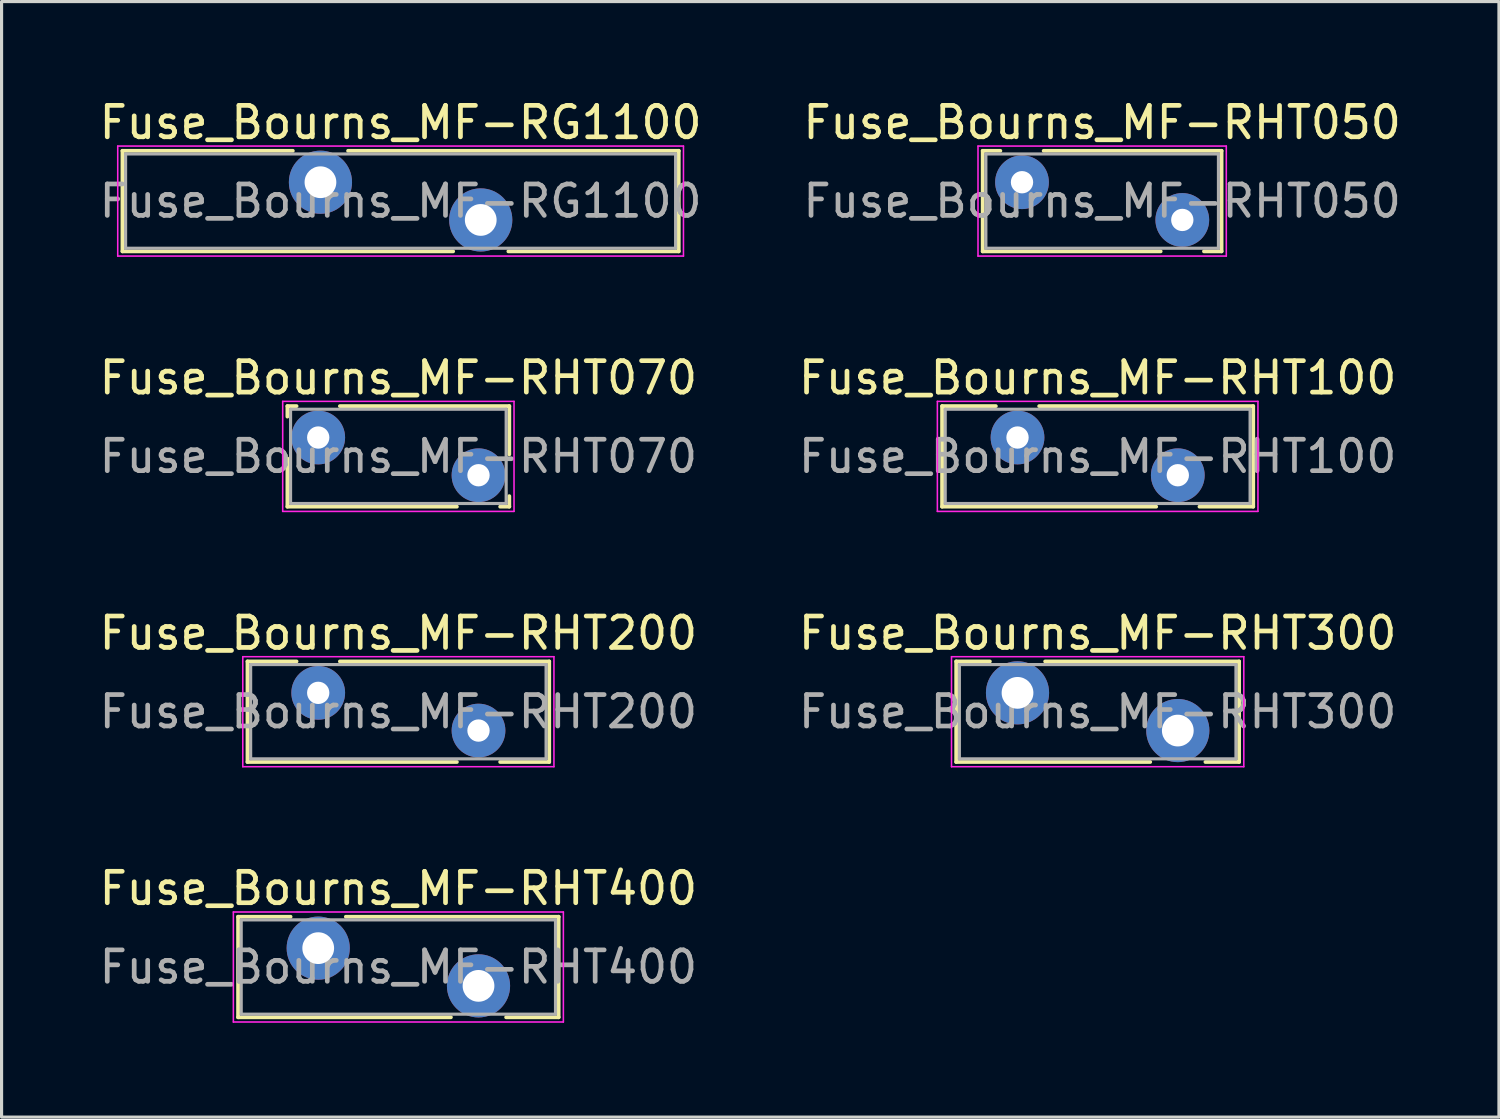
<source format=kicad_pcb>
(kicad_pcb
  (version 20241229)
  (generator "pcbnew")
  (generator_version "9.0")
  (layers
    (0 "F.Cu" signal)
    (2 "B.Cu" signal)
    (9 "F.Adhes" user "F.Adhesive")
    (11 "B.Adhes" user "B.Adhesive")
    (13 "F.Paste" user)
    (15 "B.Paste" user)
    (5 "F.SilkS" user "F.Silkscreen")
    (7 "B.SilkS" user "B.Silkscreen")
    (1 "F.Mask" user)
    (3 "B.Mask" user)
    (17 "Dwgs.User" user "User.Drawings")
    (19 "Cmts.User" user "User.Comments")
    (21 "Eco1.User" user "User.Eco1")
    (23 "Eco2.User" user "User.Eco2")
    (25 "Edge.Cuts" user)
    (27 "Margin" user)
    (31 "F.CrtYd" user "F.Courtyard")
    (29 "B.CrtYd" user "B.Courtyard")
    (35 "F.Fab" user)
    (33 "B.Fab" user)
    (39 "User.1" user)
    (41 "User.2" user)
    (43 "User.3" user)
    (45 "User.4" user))
  (footprint "Fuse_Bourns_MF-RHT400"
    (layer "F.Cu")
    (at 7.075 27.118)
    (property "Reference" "Fuse_Bourns_MF-RHT400" (at 2.55 -1.9 0) (layer "F.SilkS") (effects (font (size 1 1) (thickness 0.15))))
    (attr through_hole)
    (fp_line (start -2.55 -1) (end -2.55 2.2) (stroke (width 0.12) (type solid)) (layer "F.SilkS"))
    (fp_line (start -2.55 -1) (end -0.879 -1) (stroke (width 0.12) (type solid)) (layer "F.SilkS"))
    (fp_line (start -2.55 2.2) (end 4.222 2.2) (stroke (width 0.12) (type solid)) (layer "F.SilkS"))
    (fp_line (start 0.879 -1) (end 7.65 -1) (stroke (width 0.12) (type solid)) (layer "F.SilkS"))
    (fp_line (start 5.979 2.2) (end 7.65 2.2) (stroke (width 0.12) (type solid)) (layer "F.SilkS"))
    (fp_line (start 7.65 -1) (end 7.65 2.2) (stroke (width 0.12) (type solid)) (layer "F.SilkS"))
    (fp_line (start -2.7 -1.15) (end -2.7 2.35) (stroke (width 0.05) (type solid)) (layer "F.CrtYd"))
    (fp_line (start -2.7 2.35) (end 7.8 2.35) (stroke (width 0.05) (type solid)) (layer "F.CrtYd"))
    (fp_line (start 7.8 -1.15) (end -2.7 -1.15) (stroke (width 0.05) (type solid)) (layer "F.CrtYd"))
    (fp_line (start 7.8 2.35) (end 7.8 -1.15) (stroke (width 0.05) (type solid)) (layer "F.CrtYd"))
    (fp_line (start -2.45 -0.9) (end -2.45 2.1) (stroke (width 0.1) (type solid)) (layer "F.Fab"))
    (fp_line (start -2.45 2.1) (end 7.55 2.1) (stroke (width 0.1) (type solid)) (layer "F.Fab"))
    (fp_line (start 7.55 -0.9) (end -2.45 -0.9) (stroke (width 0.1) (type solid)) (layer "F.Fab"))
    (fp_line (start 7.55 2.1) (end 7.55 -0.9) (stroke (width 0.1) (type solid)) (layer "F.Fab"))
    (fp_text user "${REFERENCE}" (at 2.55 0.6 0) (layer "F.Fab") (effects (font (size 1 1) (thickness 0.15))))
    (pad "1" thru_hole circle (at 0 0) (size 2.01 2.01) (drill 1.01) (layers "*.Cu" "*.Mask"))
    (pad "2" thru_hole circle (at 5.1 1.2) (size 2.01 2.01) (drill 1.01) (layers "*.Cu" "*.Mask")))
  (footprint "Fuse_Bourns_MF-RHT200"
    (layer "F.Cu")
    (at 7.075 18.995)
    (property "Reference" "Fuse_Bourns_MF-RHT200" (at 2.55 -1.9 0) (layer "F.SilkS") (effects (font (size 1 1) (thickness 0.15))))
    (attr through_hole)
    (fp_line (start -2.251 -1) (end -2.251 2.2) (stroke (width 0.12) (type solid)) (layer "F.SilkS"))
    (fp_line (start -2.251 -1) (end -0.689 -1) (stroke (width 0.12) (type solid)) (layer "F.SilkS"))
    (fp_line (start -2.251 2.2) (end 4.412 2.2) (stroke (width 0.12) (type solid)) (layer "F.SilkS"))
    (fp_line (start 0.689 -1) (end 7.35 -1) (stroke (width 0.12) (type solid)) (layer "F.SilkS"))
    (fp_line (start 5.789 2.2) (end 7.35 2.2) (stroke (width 0.12) (type solid)) (layer "F.SilkS"))
    (fp_line (start 7.35 -1) (end 7.35 2.2) (stroke (width 0.12) (type solid)) (layer "F.SilkS"))
    (fp_line (start -2.4 -1.15) (end -2.4 2.35) (stroke (width 0.05) (type solid)) (layer "F.CrtYd"))
    (fp_line (start -2.4 2.35) (end 7.5 2.35) (stroke (width 0.05) (type solid)) (layer "F.CrtYd"))
    (fp_line (start 7.5 -1.15) (end -2.4 -1.15) (stroke (width 0.05) (type solid)) (layer "F.CrtYd"))
    (fp_line (start 7.5 2.35) (end 7.5 -1.15) (stroke (width 0.05) (type solid)) (layer "F.CrtYd"))
    (fp_line (start -2.15 -0.9) (end -2.15 2.1) (stroke (width 0.1) (type solid)) (layer "F.Fab"))
    (fp_line (start -2.15 2.1) (end 7.25 2.1) (stroke (width 0.1) (type solid)) (layer "F.Fab"))
    (fp_line (start 7.25 -0.9) (end -2.15 -0.9) (stroke (width 0.1) (type solid)) (layer "F.Fab"))
    (fp_line (start 7.25 2.1) (end 7.25 -0.9) (stroke (width 0.1) (type solid)) (layer "F.Fab"))
    (fp_text user "${REFERENCE}" (at 2.55 0.6 0) (layer "F.Fab") (effects (font (size 1 1) (thickness 0.15))))
    (pad "1" thru_hole circle (at 0 0) (size 1.71 1.71) (drill 0.71) (layers "*.Cu" "*.Mask"))
    (pad "2" thru_hole circle (at 5.1 1.2) (size 1.71 1.71) (drill 0.71) (layers "*.Cu" "*.Mask")))
  (footprint "Fuse_Bourns_MF-RHT070"
    (layer "F.Cu")
    (at 7.075 10.871)
    (property "Reference" "Fuse_Bourns_MF-RHT070" (at 2.55 -1.9 0) (layer "F.SilkS") (effects (font (size 1 1) (thickness 0.15))))
    (attr through_hole)
    (fp_line (start -0.981 -1) (end -0.981 -0.665) (stroke (width 0.12) (type solid)) (layer "F.SilkS"))
    (fp_line (start -0.981 -1) (end -0.689 -1) (stroke (width 0.12) (type solid)) (layer "F.SilkS"))
    (fp_line (start -0.981 0.665) (end -0.981 2.2) (stroke (width 0.12) (type solid)) (layer "F.SilkS"))
    (fp_line (start -0.981 2.2) (end 4.412 2.2) (stroke (width 0.12) (type solid)) (layer "F.SilkS"))
    (fp_line (start 0.689 -1) (end 6.08 -1) (stroke (width 0.12) (type solid)) (layer "F.SilkS"))
    (fp_line (start 5.789 2.2) (end 6.08 2.2) (stroke (width 0.12) (type solid)) (layer "F.SilkS"))
    (fp_line (start 6.08 -1) (end 6.08 0.536) (stroke (width 0.12) (type solid)) (layer "F.SilkS"))
    (fp_line (start 6.08 1.865) (end 6.08 2.2) (stroke (width 0.12) (type solid)) (layer "F.SilkS"))
    (fp_line (start -1.13 -1.15) (end -1.13 2.35) (stroke (width 0.05) (type solid)) (layer "F.CrtYd"))
    (fp_line (start -1.13 2.35) (end 6.23 2.35) (stroke (width 0.05) (type solid)) (layer "F.CrtYd"))
    (fp_line (start 6.23 -1.15) (end -1.13 -1.15) (stroke (width 0.05) (type solid)) (layer "F.CrtYd"))
    (fp_line (start 6.23 2.35) (end 6.23 -1.15) (stroke (width 0.05) (type solid)) (layer "F.CrtYd"))
    (fp_line (start -0.88 -0.9) (end -0.88 2.1) (stroke (width 0.1) (type solid)) (layer "F.Fab"))
    (fp_line (start -0.88 2.1) (end 5.98 2.1) (stroke (width 0.1) (type solid)) (layer "F.Fab"))
    (fp_line (start 5.98 -0.9) (end -0.88 -0.9) (stroke (width 0.1) (type solid)) (layer "F.Fab"))
    (fp_line (start 5.98 2.1) (end 5.98 -0.9) (stroke (width 0.1) (type solid)) (layer "F.Fab"))
    (fp_text user "${REFERENCE}" (at 2.55 0.6 0) (layer "F.Fab") (effects (font (size 1 1) (thickness 0.15))))
    (pad "1" thru_hole circle (at 0 0) (size 1.71 1.71) (drill 0.71) (layers "*.Cu" "*.Mask"))
    (pad "2" thru_hole circle (at 5.1 1.2) (size 1.71 1.71) (drill 0.71) (layers "*.Cu" "*.Mask")))
  (footprint "Fuse_Bourns_MF-RG1100"
    (layer "F.Cu")
    (at 7.146 2.748)
    (property "Reference" "Fuse_Bourns_MF-RG1100" (at 2.55 -1.9 0) (layer "F.SilkS") (effects (font (size 1 1) (thickness 0.15))))
    (attr through_hole)
    (fp_line (start -6.3 -1) (end -6.3 2.2) (stroke (width 0.12) (type solid)) (layer "F.SilkS"))
    (fp_line (start -6.3 -1) (end -0.879 -1) (stroke (width 0.12) (type solid)) (layer "F.SilkS"))
    (fp_line (start -6.3 2.2) (end 4.222 2.2) (stroke (width 0.12) (type solid)) (layer "F.SilkS"))
    (fp_line (start 0.879 -1) (end 11.4 -1) (stroke (width 0.12) (type solid)) (layer "F.SilkS"))
    (fp_line (start 5.979 2.2) (end 11.4 2.2) (stroke (width 0.12) (type solid)) (layer "F.SilkS"))
    (fp_line (start 11.4 -1) (end 11.4 2.2) (stroke (width 0.12) (type solid)) (layer "F.SilkS"))
    (fp_line (start -6.45 -1.15) (end -6.45 2.35) (stroke (width 0.05) (type solid)) (layer "F.CrtYd"))
    (fp_line (start -6.45 2.35) (end 11.55 2.35) (stroke (width 0.05) (type solid)) (layer "F.CrtYd"))
    (fp_line (start 11.55 -1.15) (end -6.45 -1.15) (stroke (width 0.05) (type solid)) (layer "F.CrtYd"))
    (fp_line (start 11.55 2.35) (end 11.55 -1.15) (stroke (width 0.05) (type solid)) (layer "F.CrtYd"))
    (fp_line (start -6.2 -0.9) (end -6.2 2.1) (stroke (width 0.1) (type solid)) (layer "F.Fab"))
    (fp_line (start -6.2 2.1) (end 11.3 2.1) (stroke (width 0.1) (type solid)) (layer "F.Fab"))
    (fp_line (start 11.3 -0.9) (end -6.2 -0.9) (stroke (width 0.1) (type solid)) (layer "F.Fab"))
    (fp_line (start 11.3 2.1) (end 11.3 -0.9) (stroke (width 0.1) (type solid)) (layer "F.Fab"))
    (fp_text user "${REFERENCE}" (at 2.55 0.6 0) (layer "F.Fab") (effects (font (size 1 1) (thickness 0.15))))
    (pad "1" thru_hole circle (at 0 0) (size 2.01 2.01) (drill 1.01) (layers "*.Cu" "*.Mask"))
    (pad "2" thru_hole circle (at 5.1 1.2) (size 2.01 2.01) (drill 1.01) (layers "*.Cu" "*.Mask")))
  (footprint "Fuse_Bourns_MF-RHT050"
    (layer "F.Cu")
    (at 29.468 2.748)
    (property "Reference" "Fuse_Bourns_MF-RHT050" (at 2.55 -1.9 0) (layer "F.SilkS") (effects (font (size 1 1) (thickness 0.15))))
    (attr through_hole)
    (fp_line (start -1.251 -1) (end -1.251 2.2) (stroke (width 0.12) (type solid)) (layer "F.SilkS"))
    (fp_line (start -1.251 -1) (end -0.689 -1) (stroke (width 0.12) (type solid)) (layer "F.SilkS"))
    (fp_line (start -1.251 2.2) (end 4.412 2.2) (stroke (width 0.12) (type solid)) (layer "F.SilkS"))
    (fp_line (start 0.689 -1) (end 6.35 -1) (stroke (width 0.12) (type solid)) (layer "F.SilkS"))
    (fp_line (start 5.789 2.2) (end 6.35 2.2) (stroke (width 0.12) (type solid)) (layer "F.SilkS"))
    (fp_line (start 6.35 -1) (end 6.35 2.2) (stroke (width 0.12) (type solid)) (layer "F.SilkS"))
    (fp_line (start -1.4 -1.15) (end -1.4 2.35) (stroke (width 0.05) (type solid)) (layer "F.CrtYd"))
    (fp_line (start -1.4 2.35) (end 6.5 2.35) (stroke (width 0.05) (type solid)) (layer "F.CrtYd"))
    (fp_line (start 6.5 -1.15) (end -1.4 -1.15) (stroke (width 0.05) (type solid)) (layer "F.CrtYd"))
    (fp_line (start 6.5 2.35) (end 6.5 -1.15) (stroke (width 0.05) (type solid)) (layer "F.CrtYd"))
    (fp_line (start -1.15 -0.9) (end -1.15 2.1) (stroke (width 0.1) (type solid)) (layer "F.Fab"))
    (fp_line (start -1.15 2.1) (end 6.25 2.1) (stroke (width 0.1) (type solid)) (layer "F.Fab"))
    (fp_line (start 6.25 -0.9) (end -1.15 -0.9) (stroke (width 0.1) (type solid)) (layer "F.Fab"))
    (fp_line (start 6.25 2.1) (end 6.25 -0.9) (stroke (width 0.1) (type solid)) (layer "F.Fab"))
    (fp_text user "${REFERENCE}" (at 2.55 0.6 0) (layer "F.Fab") (effects (font (size 1 1) (thickness 0.15))))
    (pad "1" thru_hole circle (at 0 0) (size 1.71 1.71) (drill 0.71) (layers "*.Cu" "*.Mask"))
    (pad "2" thru_hole circle (at 5.1 1.2) (size 1.71 1.71) (drill 0.71) (layers "*.Cu" "*.Mask")))
  (footprint "Fuse_Bourns_MF-RHT100"
    (layer "F.Cu")
    (at 29.325 10.871)
    (property "Reference" "Fuse_Bourns_MF-RHT100" (at 2.55 -1.9 0) (layer "F.SilkS") (effects (font (size 1 1) (thickness 0.15))))
    (attr through_hole)
    (fp_line (start -2.4 -1) (end -2.4 2.2) (stroke (width 0.12) (type solid)) (layer "F.SilkS"))
    (fp_line (start -2.4 -1) (end -0.689 -1) (stroke (width 0.12) (type solid)) (layer "F.SilkS"))
    (fp_line (start -2.4 2.2) (end 4.412 2.2) (stroke (width 0.12) (type solid)) (layer "F.SilkS"))
    (fp_line (start 0.689 -1) (end 7.5 -1) (stroke (width 0.12) (type solid)) (layer "F.SilkS"))
    (fp_line (start 5.789 2.2) (end 7.5 2.2) (stroke (width 0.12) (type solid)) (layer "F.SilkS"))
    (fp_line (start 7.5 -1) (end 7.5 2.2) (stroke (width 0.12) (type solid)) (layer "F.SilkS"))
    (fp_line (start -2.55 -1.15) (end -2.55 2.35) (stroke (width 0.05) (type solid)) (layer "F.CrtYd"))
    (fp_line (start -2.55 2.35) (end 7.65 2.35) (stroke (width 0.05) (type solid)) (layer "F.CrtYd"))
    (fp_line (start 7.65 -1.15) (end -2.55 -1.15) (stroke (width 0.05) (type solid)) (layer "F.CrtYd"))
    (fp_line (start 7.65 2.35) (end 7.65 -1.15) (stroke (width 0.05) (type solid)) (layer "F.CrtYd"))
    (fp_line (start -2.3 -0.9) (end -2.3 2.1) (stroke (width 0.1) (type solid)) (layer "F.Fab"))
    (fp_line (start -2.3 2.1) (end 7.4 2.1) (stroke (width 0.1) (type solid)) (layer "F.Fab"))
    (fp_line (start 7.4 -0.9) (end -2.3 -0.9) (stroke (width 0.1) (type solid)) (layer "F.Fab"))
    (fp_line (start 7.4 2.1) (end 7.4 -0.9) (stroke (width 0.1) (type solid)) (layer "F.Fab"))
    (fp_text user "${REFERENCE}" (at 2.55 0.6 0) (layer "F.Fab") (effects (font (size 1 1) (thickness 0.15))))
    (pad "1" thru_hole circle (at 0 0) (size 1.71 1.71) (drill 0.71) (layers "*.Cu" "*.Mask"))
    (pad "2" thru_hole circle (at 5.1 1.2) (size 1.71 1.71) (drill 0.71) (layers "*.Cu" "*.Mask")))
  (footprint "Fuse_Bourns_MF-RHT300"
    (layer "F.Cu")
    (at 29.325 18.995)
    (property "Reference" "Fuse_Bourns_MF-RHT300" (at 2.55 -1.9 0) (layer "F.SilkS") (effects (font (size 1 1) (thickness 0.15))))
    (attr through_hole)
    (fp_line (start -1.951 -1) (end -1.951 2.2) (stroke (width 0.12) (type solid)) (layer "F.SilkS"))
    (fp_line (start -1.951 -1) (end -0.879 -1) (stroke (width 0.12) (type solid)) (layer "F.SilkS"))
    (fp_line (start -1.951 2.2) (end 4.222 2.2) (stroke (width 0.12) (type solid)) (layer "F.SilkS"))
    (fp_line (start 0.879 -1) (end 7.05 -1) (stroke (width 0.12) (type solid)) (layer "F.SilkS"))
    (fp_line (start 5.979 2.2) (end 7.05 2.2) (stroke (width 0.12) (type solid)) (layer "F.SilkS"))
    (fp_line (start 7.05 -1) (end 7.05 2.2) (stroke (width 0.12) (type solid)) (layer "F.SilkS"))
    (fp_line (start -2.1 -1.15) (end -2.1 2.35) (stroke (width 0.05) (type solid)) (layer "F.CrtYd"))
    (fp_line (start -2.1 2.35) (end 7.2 2.35) (stroke (width 0.05) (type solid)) (layer "F.CrtYd"))
    (fp_line (start 7.2 -1.15) (end -2.1 -1.15) (stroke (width 0.05) (type solid)) (layer "F.CrtYd"))
    (fp_line (start 7.2 2.35) (end 7.2 -1.15) (stroke (width 0.05) (type solid)) (layer "F.CrtYd"))
    (fp_line (start -1.85 -0.9) (end -1.85 2.1) (stroke (width 0.1) (type solid)) (layer "F.Fab"))
    (fp_line (start -1.85 2.1) (end 6.95 2.1) (stroke (width 0.1) (type solid)) (layer "F.Fab"))
    (fp_line (start 6.95 -0.9) (end -1.85 -0.9) (stroke (width 0.1) (type solid)) (layer "F.Fab"))
    (fp_line (start 6.95 2.1) (end 6.95 -0.9) (stroke (width 0.1) (type solid)) (layer "F.Fab"))
    (fp_text user "${REFERENCE}" (at 2.55 0.6 0) (layer "F.Fab") (effects (font (size 1 1) (thickness 0.15))))
    (pad "1" thru_hole circle (at 0 0) (size 2.01 2.01) (drill 1.01) (layers "*.Cu" "*.Mask"))
    (pad "2" thru_hole circle (at 5.1 1.2) (size 2.01 2.01) (drill 1.01) (layers "*.Cu" "*.Mask")))
  (gr_rect
    (start -3 -3)
    (end 44.643 32.493)
    (stroke (width 0.1) (type default))
    (fill no)
    (layer "Edge.Cuts")))
</source>
